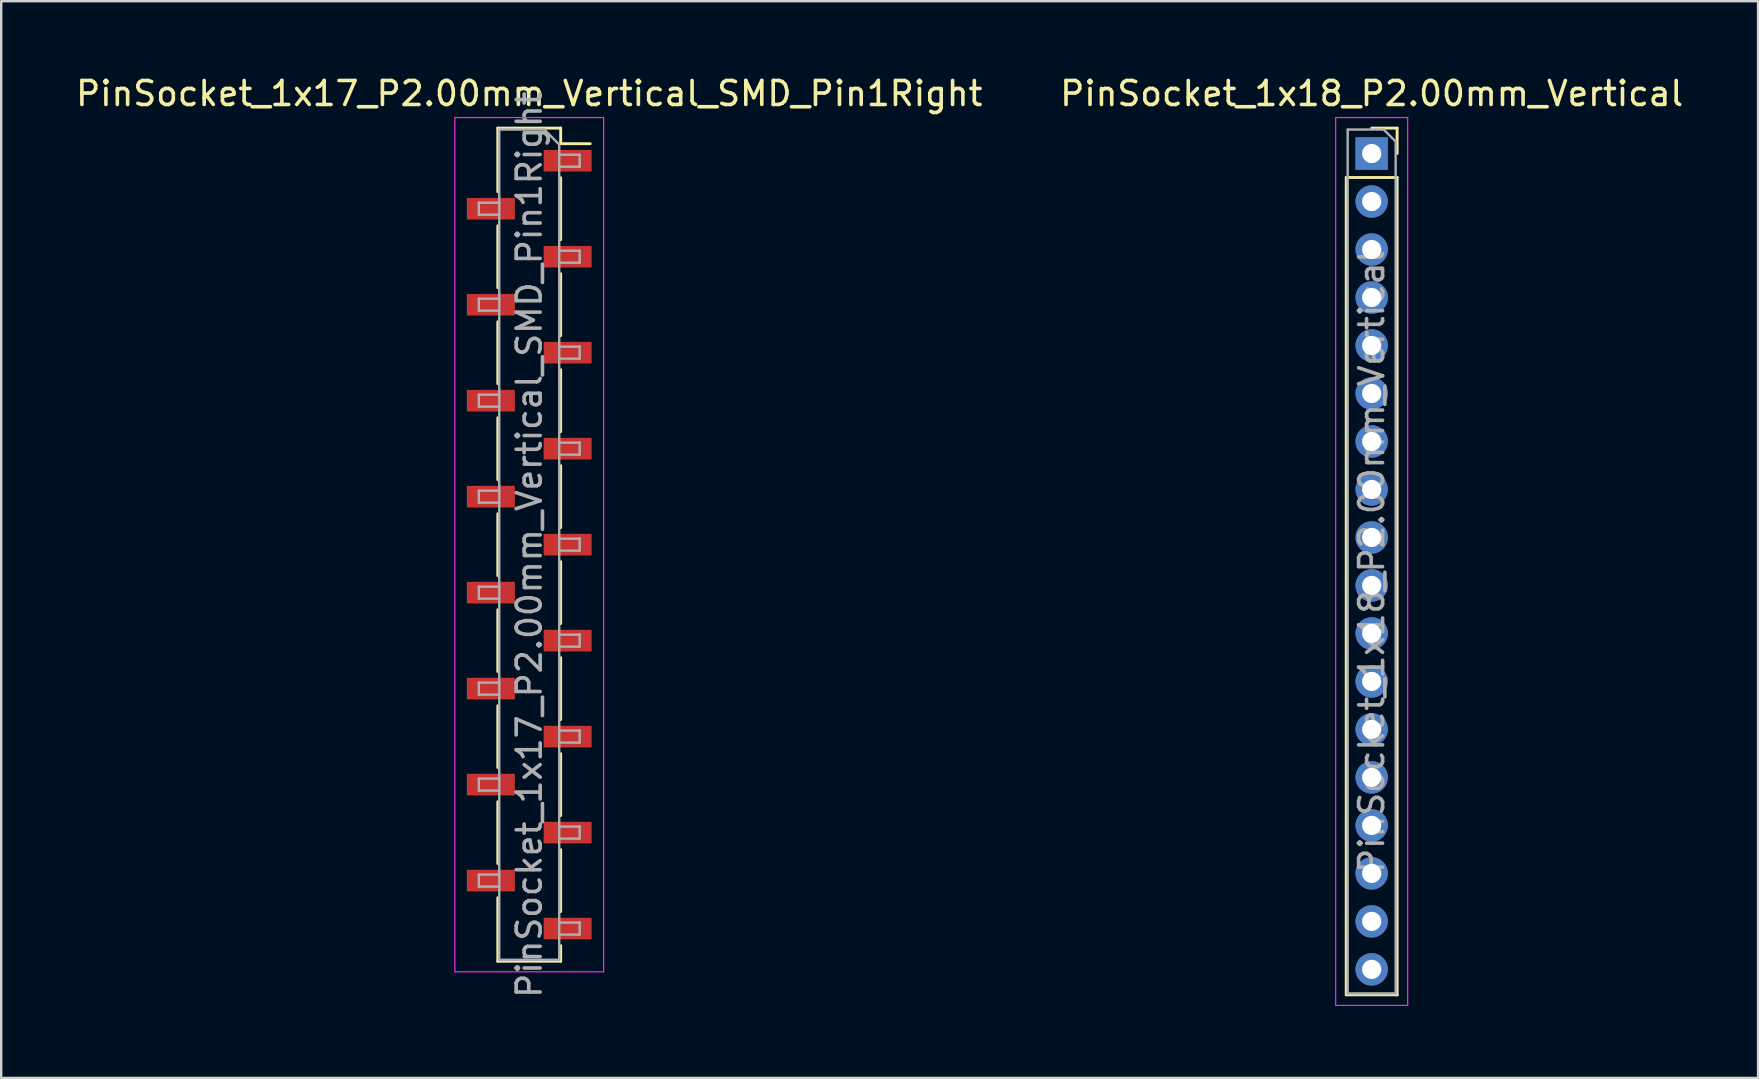
<source format=kicad_pcb>
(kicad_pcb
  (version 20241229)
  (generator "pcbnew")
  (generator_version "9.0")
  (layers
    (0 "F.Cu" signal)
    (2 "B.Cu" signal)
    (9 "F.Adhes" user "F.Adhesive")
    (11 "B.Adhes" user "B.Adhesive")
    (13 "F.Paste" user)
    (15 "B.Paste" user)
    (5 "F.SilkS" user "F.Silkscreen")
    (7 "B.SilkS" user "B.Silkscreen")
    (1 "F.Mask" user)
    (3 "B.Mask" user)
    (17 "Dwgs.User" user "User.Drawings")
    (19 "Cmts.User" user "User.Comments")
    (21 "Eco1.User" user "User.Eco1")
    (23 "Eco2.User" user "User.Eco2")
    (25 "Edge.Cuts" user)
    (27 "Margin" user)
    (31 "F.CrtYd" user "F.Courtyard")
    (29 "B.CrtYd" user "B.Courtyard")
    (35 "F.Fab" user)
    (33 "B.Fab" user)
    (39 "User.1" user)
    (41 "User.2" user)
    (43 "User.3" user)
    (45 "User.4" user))
  (footprint "PinSocket_1x18_P2.00mm_Vertical"
    (layer "F.Cu")
    (at 54.113 3.348)
    (property "Reference" "PinSocket_1x18_P2.00mm_Vertical" (at 0 -2.5 0) (layer "F.SilkS") (effects (font (size 1 1) (thickness 0.15))))
    (attr through_hole)
    (fp_line (start -1.06 1) (end -1.06 35.06) (stroke (width 0.12) (type solid)) (layer "F.SilkS"))
    (fp_line (start -1.06 1) (end 1.06 1) (stroke (width 0.12) (type solid)) (layer "F.SilkS"))
    (fp_line (start -1.06 35.06) (end 1.06 35.06) (stroke (width 0.12) (type solid)) (layer "F.SilkS"))
    (fp_line (start 0 -1.06) (end 1.06 -1.06) (stroke (width 0.12) (type solid)) (layer "F.SilkS"))
    (fp_line (start 1.06 -1.06) (end 1.06 0) (stroke (width 0.12) (type solid)) (layer "F.SilkS"))
    (fp_line (start 1.06 1) (end 1.06 35.06) (stroke (width 0.12) (type solid)) (layer "F.SilkS"))
    (fp_line (start -1.5 -1.5) (end 1.5 -1.5) (stroke (width 0.05) (type solid)) (layer "F.CrtYd"))
    (fp_line (start -1.5 35.5) (end -1.5 -1.5) (stroke (width 0.05) (type solid)) (layer "F.CrtYd"))
    (fp_line (start 1.5 -1.5) (end 1.5 35.5) (stroke (width 0.05) (type solid)) (layer "F.CrtYd"))
    (fp_line (start 1.5 35.5) (end -1.5 35.5) (stroke (width 0.05) (type solid)) (layer "F.CrtYd"))
    (fp_line (start -1 -1) (end 0.5 -1) (stroke (width 0.1) (type solid)) (layer "F.Fab"))
    (fp_line (start -1 35) (end -1 -1) (stroke (width 0.1) (type solid)) (layer "F.Fab"))
    (fp_line (start 0.5 -1) (end 1 -0.5) (stroke (width 0.1) (type solid)) (layer "F.Fab"))
    (fp_line (start 1 -0.5) (end 1 35) (stroke (width 0.1) (type solid)) (layer "F.Fab"))
    (fp_line (start 1 35) (end -1 35) (stroke (width 0.1) (type solid)) (layer "F.Fab"))
    (fp_text user "${REFERENCE}" (at 0 17 90) (layer "F.Fab") (effects (font (size 1 1) (thickness 0.15))))
    (pad "1" thru_hole rect (at 0 0) (size 1.35 1.35) (drill 0.8) (layers "*.Cu" "*.Mask"))
    (pad "2" thru_hole oval (at 0 2) (size 1.35 1.35) (drill 0.8) (layers "*.Cu" "*.Mask"))
    (pad "3" thru_hole oval (at 0 4) (size 1.35 1.35) (drill 0.8) (layers "*.Cu" "*.Mask"))
    (pad "4" thru_hole oval (at 0 6) (size 1.35 1.35) (drill 0.8) (layers "*.Cu" "*.Mask"))
    (pad "5" thru_hole oval (at 0 8) (size 1.35 1.35) (drill 0.8) (layers "*.Cu" "*.Mask"))
    (pad "6" thru_hole oval (at 0 10) (size 1.35 1.35) (drill 0.8) (layers "*.Cu" "*.Mask"))
    (pad "7" thru_hole oval (at 0 12) (size 1.35 1.35) (drill 0.8) (layers "*.Cu" "*.Mask"))
    (pad "8" thru_hole oval (at 0 14) (size 1.35 1.35) (drill 0.8) (layers "*.Cu" "*.Mask"))
    (pad "9" thru_hole oval (at 0 16) (size 1.35 1.35) (drill 0.8) (layers "*.Cu" "*.Mask"))
    (pad "10" thru_hole oval (at 0 18) (size 1.35 1.35) (drill 0.8) (layers "*.Cu" "*.Mask"))
    (pad "11" thru_hole oval (at 0 20) (size 1.35 1.35) (drill 0.8) (layers "*.Cu" "*.Mask"))
    (pad "12" thru_hole oval (at 0 22) (size 1.35 1.35) (drill 0.8) (layers "*.Cu" "*.Mask"))
    (pad "13" thru_hole oval (at 0 24) (size 1.35 1.35) (drill 0.8) (layers "*.Cu" "*.Mask"))
    (pad "14" thru_hole oval (at 0 26) (size 1.35 1.35) (drill 0.8) (layers "*.Cu" "*.Mask"))
    (pad "15" thru_hole oval (at 0 28) (size 1.35 1.35) (drill 0.8) (layers "*.Cu" "*.Mask"))
    (pad "16" thru_hole oval (at 0 30) (size 1.35 1.35) (drill 0.8) (layers "*.Cu" "*.Mask"))
    (pad "17" thru_hole oval (at 0 32) (size 1.35 1.35) (drill 0.8) (layers "*.Cu" "*.Mask"))
    (pad "18" thru_hole oval (at 0 34) (size 1.35 1.35) (drill 0.8) (layers "*.Cu" "*.Mask")))
  (footprint "PinSocket_1x17_P2.00mm_Vertical_SMD_Pin1Right"
    (layer "F.Cu")
    (at 19.006 19.648)
    (property "Reference" "PinSocket_1x17_P2.00mm_Vertical_SMD_Pin1Right" (at 0 -18.8 0) (layer "F.SilkS") (effects (font (size 1 1) (thickness 0.15))))
    (attr smd)
    (fp_line (start -1.31 -17.36) (end -1.31 -14.71) (stroke (width 0.12) (type solid)) (layer "F.SilkS"))
    (fp_line (start -1.31 -17.36) (end 1.31 -17.36) (stroke (width 0.12) (type solid)) (layer "F.SilkS"))
    (fp_line (start -1.31 -13.29) (end -1.31 -10.71) (stroke (width 0.12) (type solid)) (layer "F.SilkS"))
    (fp_line (start -1.31 -9.29) (end -1.31 -6.71) (stroke (width 0.12) (type solid)) (layer "F.SilkS"))
    (fp_line (start -1.31 -5.29) (end -1.31 -2.71) (stroke (width 0.12) (type solid)) (layer "F.SilkS"))
    (fp_line (start -1.31 -1.29) (end -1.31 1.29) (stroke (width 0.12) (type solid)) (layer "F.SilkS"))
    (fp_line (start -1.31 2.71) (end -1.31 5.29) (stroke (width 0.12) (type solid)) (layer "F.SilkS"))
    (fp_line (start -1.31 6.71) (end -1.31 9.29) (stroke (width 0.12) (type solid)) (layer "F.SilkS"))
    (fp_line (start -1.31 10.71) (end -1.31 13.29) (stroke (width 0.12) (type solid)) (layer "F.SilkS"))
    (fp_line (start -1.31 14.71) (end -1.31 17.36) (stroke (width 0.12) (type solid)) (layer "F.SilkS"))
    (fp_line (start -1.31 17.36) (end 1.31 17.36) (stroke (width 0.12) (type solid)) (layer "F.SilkS"))
    (fp_line (start 1.31 -17.36) (end 1.31 -16.71) (stroke (width 0.12) (type solid)) (layer "F.SilkS"))
    (fp_line (start 1.31 -16.71) (end 2.54 -16.71) (stroke (width 0.12) (type solid)) (layer "F.SilkS"))
    (fp_line (start 1.31 -15.29) (end 1.31 -12.71) (stroke (width 0.12) (type solid)) (layer "F.SilkS"))
    (fp_line (start 1.31 -11.29) (end 1.31 -8.71) (stroke (width 0.12) (type solid)) (layer "F.SilkS"))
    (fp_line (start 1.31 -7.29) (end 1.31 -4.71) (stroke (width 0.12) (type solid)) (layer "F.SilkS"))
    (fp_line (start 1.31 -3.29) (end 1.31 -0.71) (stroke (width 0.12) (type solid)) (layer "F.SilkS"))
    (fp_line (start 1.31 0.71) (end 1.31 3.29) (stroke (width 0.12) (type solid)) (layer "F.SilkS"))
    (fp_line (start 1.31 4.71) (end 1.31 7.29) (stroke (width 0.12) (type solid)) (layer "F.SilkS"))
    (fp_line (start 1.31 8.71) (end 1.31 11.29) (stroke (width 0.12) (type solid)) (layer "F.SilkS"))
    (fp_line (start 1.31 12.71) (end 1.31 15.29) (stroke (width 0.12) (type solid)) (layer "F.SilkS"))
    (fp_line (start 1.31 16.71) (end 1.31 17.36) (stroke (width 0.12) (type solid)) (layer "F.SilkS"))
    (fp_line (start -3.1 -17.8) (end 3.1 -17.8) (stroke (width 0.05) (type solid)) (layer "F.CrtYd"))
    (fp_line (start -3.1 17.8) (end -3.1 -17.8) (stroke (width 0.05) (type solid)) (layer "F.CrtYd"))
    (fp_line (start 3.1 -17.8) (end 3.1 17.8) (stroke (width 0.05) (type solid)) (layer "F.CrtYd"))
    (fp_line (start 3.1 17.8) (end -3.1 17.8) (stroke (width 0.05) (type solid)) (layer "F.CrtYd"))
    (fp_line (start -2.1 -14.25) (end -1.25 -14.25) (stroke (width 0.1) (type solid)) (layer "F.Fab"))
    (fp_line (start -2.1 -13.75) (end -2.1 -14.25) (stroke (width 0.1) (type solid)) (layer "F.Fab"))
    (fp_line (start -2.1 -10.25) (end -1.25 -10.25) (stroke (width 0.1) (type solid)) (layer "F.Fab"))
    (fp_line (start -2.1 -9.75) (end -2.1 -10.25) (stroke (width 0.1) (type solid)) (layer "F.Fab"))
    (fp_line (start -2.1 -6.25) (end -1.25 -6.25) (stroke (width 0.1) (type solid)) (layer "F.Fab"))
    (fp_line (start -2.1 -5.75) (end -2.1 -6.25) (stroke (width 0.1) (type solid)) (layer "F.Fab"))
    (fp_line (start -2.1 -2.25) (end -1.25 -2.25) (stroke (width 0.1) (type solid)) (layer "F.Fab"))
    (fp_line (start -2.1 -1.75) (end -2.1 -2.25) (stroke (width 0.1) (type solid)) (layer "F.Fab"))
    (fp_line (start -2.1 1.75) (end -1.25 1.75) (stroke (width 0.1) (type solid)) (layer "F.Fab"))
    (fp_line (start -2.1 2.25) (end -2.1 1.75) (stroke (width 0.1) (type solid)) (layer "F.Fab"))
    (fp_line (start -2.1 5.75) (end -1.25 5.75) (stroke (width 0.1) (type solid)) (layer "F.Fab"))
    (fp_line (start -2.1 6.25) (end -2.1 5.75) (stroke (width 0.1) (type solid)) (layer "F.Fab"))
    (fp_line (start -2.1 9.75) (end -1.25 9.75) (stroke (width 0.1) (type solid)) (layer "F.Fab"))
    (fp_line (start -2.1 10.25) (end -2.1 9.75) (stroke (width 0.1) (type solid)) (layer "F.Fab"))
    (fp_line (start -2.1 13.75) (end -1.25 13.75) (stroke (width 0.1) (type solid)) (layer "F.Fab"))
    (fp_line (start -2.1 14.25) (end -2.1 13.75) (stroke (width 0.1) (type solid)) (layer "F.Fab"))
    (fp_line (start -1.25 -17.3) (end 0.625 -17.3) (stroke (width 0.1) (type solid)) (layer "F.Fab"))
    (fp_line (start -1.25 -13.75) (end -2.1 -13.75) (stroke (width 0.1) (type solid)) (layer "F.Fab"))
    (fp_line (start -1.25 -9.75) (end -2.1 -9.75) (stroke (width 0.1) (type solid)) (layer "F.Fab"))
    (fp_line (start -1.25 -5.75) (end -2.1 -5.75) (stroke (width 0.1) (type solid)) (layer "F.Fab"))
    (fp_line (start -1.25 -1.75) (end -2.1 -1.75) (stroke (width 0.1) (type solid)) (layer "F.Fab"))
    (fp_line (start -1.25 2.25) (end -2.1 2.25) (stroke (width 0.1) (type solid)) (layer "F.Fab"))
    (fp_line (start -1.25 6.25) (end -2.1 6.25) (stroke (width 0.1) (type solid)) (layer "F.Fab"))
    (fp_line (start -1.25 10.25) (end -2.1 10.25) (stroke (width 0.1) (type solid)) (layer "F.Fab"))
    (fp_line (start -1.25 14.25) (end -2.1 14.25) (stroke (width 0.1) (type solid)) (layer "F.Fab"))
    (fp_line (start -1.25 17.3) (end -1.25 -17.3) (stroke (width 0.1) (type solid)) (layer "F.Fab"))
    (fp_line (start 0.625 -17.3) (end 1.25 -16.675) (stroke (width 0.1) (type solid)) (layer "F.Fab"))
    (fp_line (start 1.25 -16.675) (end 1.25 17.3) (stroke (width 0.1) (type solid)) (layer "F.Fab"))
    (fp_line (start 1.25 -16.25) (end 2.1 -16.25) (stroke (width 0.1) (type solid)) (layer "F.Fab"))
    (fp_line (start 1.25 -12.25) (end 2.1 -12.25) (stroke (width 0.1) (type solid)) (layer "F.Fab"))
    (fp_line (start 1.25 -8.25) (end 2.1 -8.25) (stroke (width 0.1) (type solid)) (layer "F.Fab"))
    (fp_line (start 1.25 -4.25) (end 2.1 -4.25) (stroke (width 0.1) (type solid)) (layer "F.Fab"))
    (fp_line (start 1.25 -0.25) (end 2.1 -0.25) (stroke (width 0.1) (type solid)) (layer "F.Fab"))
    (fp_line (start 1.25 3.75) (end 2.1 3.75) (stroke (width 0.1) (type solid)) (layer "F.Fab"))
    (fp_line (start 1.25 7.75) (end 2.1 7.75) (stroke (width 0.1) (type solid)) (layer "F.Fab"))
    (fp_line (start 1.25 11.75) (end 2.1 11.75) (stroke (width 0.1) (type solid)) (layer "F.Fab"))
    (fp_line (start 1.25 15.75) (end 2.1 15.75) (stroke (width 0.1) (type solid)) (layer "F.Fab"))
    (fp_line (start 1.25 17.3) (end -1.25 17.3) (stroke (width 0.1) (type solid)) (layer "F.Fab"))
    (fp_line (start 2.1 -16.25) (end 2.1 -15.75) (stroke (width 0.1) (type solid)) (layer "F.Fab"))
    (fp_line (start 2.1 -15.75) (end 1.25 -15.75) (stroke (width 0.1) (type solid)) (layer "F.Fab"))
    (fp_line (start 2.1 -12.25) (end 2.1 -11.75) (stroke (width 0.1) (type solid)) (layer "F.Fab"))
    (fp_line (start 2.1 -11.75) (end 1.25 -11.75) (stroke (width 0.1) (type solid)) (layer "F.Fab"))
    (fp_line (start 2.1 -8.25) (end 2.1 -7.75) (stroke (width 0.1) (type solid)) (layer "F.Fab"))
    (fp_line (start 2.1 -7.75) (end 1.25 -7.75) (stroke (width 0.1) (type solid)) (layer "F.Fab"))
    (fp_line (start 2.1 -4.25) (end 2.1 -3.75) (stroke (width 0.1) (type solid)) (layer "F.Fab"))
    (fp_line (start 2.1 -3.75) (end 1.25 -3.75) (stroke (width 0.1) (type solid)) (layer "F.Fab"))
    (fp_line (start 2.1 -0.25) (end 2.1 0.25) (stroke (width 0.1) (type solid)) (layer "F.Fab"))
    (fp_line (start 2.1 0.25) (end 1.25 0.25) (stroke (width 0.1) (type solid)) (layer "F.Fab"))
    (fp_line (start 2.1 3.75) (end 2.1 4.25) (stroke (width 0.1) (type solid)) (layer "F.Fab"))
    (fp_line (start 2.1 4.25) (end 1.25 4.25) (stroke (width 0.1) (type solid)) (layer "F.Fab"))
    (fp_line (start 2.1 7.75) (end 2.1 8.25) (stroke (width 0.1) (type solid)) (layer "F.Fab"))
    (fp_line (start 2.1 8.25) (end 1.25 8.25) (stroke (width 0.1) (type solid)) (layer "F.Fab"))
    (fp_line (start 2.1 11.75) (end 2.1 12.25) (stroke (width 0.1) (type solid)) (layer "F.Fab"))
    (fp_line (start 2.1 12.25) (end 1.25 12.25) (stroke (width 0.1) (type solid)) (layer "F.Fab"))
    (fp_line (start 2.1 15.75) (end 2.1 16.25) (stroke (width 0.1) (type solid)) (layer "F.Fab"))
    (fp_line (start 2.1 16.25) (end 1.25 16.25) (stroke (width 0.1) (type solid)) (layer "F.Fab"))
    (fp_text user "${REFERENCE}" (at 0 0 90) (layer "F.Fab") (effects (font (size 1 1) (thickness 0.15))))
    (pad "1" smd rect (at 1.6 -16) (size 2 0.9) (layers "F.Cu" "F.Mask" "F.Paste"))
    (pad "2" smd rect (at -1.6 -14) (size 2 0.9) (layers "F.Cu" "F.Mask" "F.Paste"))
    (pad "3" smd rect (at 1.6 -12) (size 2 0.9) (layers "F.Cu" "F.Mask" "F.Paste"))
    (pad "4" smd rect (at -1.6 -10) (size 2 0.9) (layers "F.Cu" "F.Mask" "F.Paste"))
    (pad "5" smd rect (at 1.6 -8) (size 2 0.9) (layers "F.Cu" "F.Mask" "F.Paste"))
    (pad "6" smd rect (at -1.6 -6) (size 2 0.9) (layers "F.Cu" "F.Mask" "F.Paste"))
    (pad "7" smd rect (at 1.6 -4) (size 2 0.9) (layers "F.Cu" "F.Mask" "F.Paste"))
    (pad "8" smd rect (at -1.6 -2) (size 2 0.9) (layers "F.Cu" "F.Mask" "F.Paste"))
    (pad "9" smd rect (at 1.6 0) (size 2 0.9) (layers "F.Cu" "F.Mask" "F.Paste"))
    (pad "10" smd rect (at -1.6 2) (size 2 0.9) (layers "F.Cu" "F.Mask" "F.Paste"))
    (pad "11" smd rect (at 1.6 4) (size 2 0.9) (layers "F.Cu" "F.Mask" "F.Paste"))
    (pad "12" smd rect (at -1.6 6) (size 2 0.9) (layers "F.Cu" "F.Mask" "F.Paste"))
    (pad "13" smd rect (at 1.6 8) (size 2 0.9) (layers "F.Cu" "F.Mask" "F.Paste"))
    (pad "14" smd rect (at -1.6 10) (size 2 0.9) (layers "F.Cu" "F.Mask" "F.Paste"))
    (pad "15" smd rect (at 1.6 12) (size 2 0.9) (layers "F.Cu" "F.Mask" "F.Paste"))
    (pad "16" smd rect (at -1.6 14) (size 2 0.9) (layers "F.Cu" "F.Mask" "F.Paste"))
    (pad "17" smd rect (at 1.6 16) (size 2 0.9) (layers "F.Cu" "F.Mask" "F.Paste")))
  (gr_rect
    (start -3 -3)
    (end 70.214 41.873)
    (stroke (width 0.1) (type default))
    (fill no)
    (layer "Edge.Cuts")))
</source>
